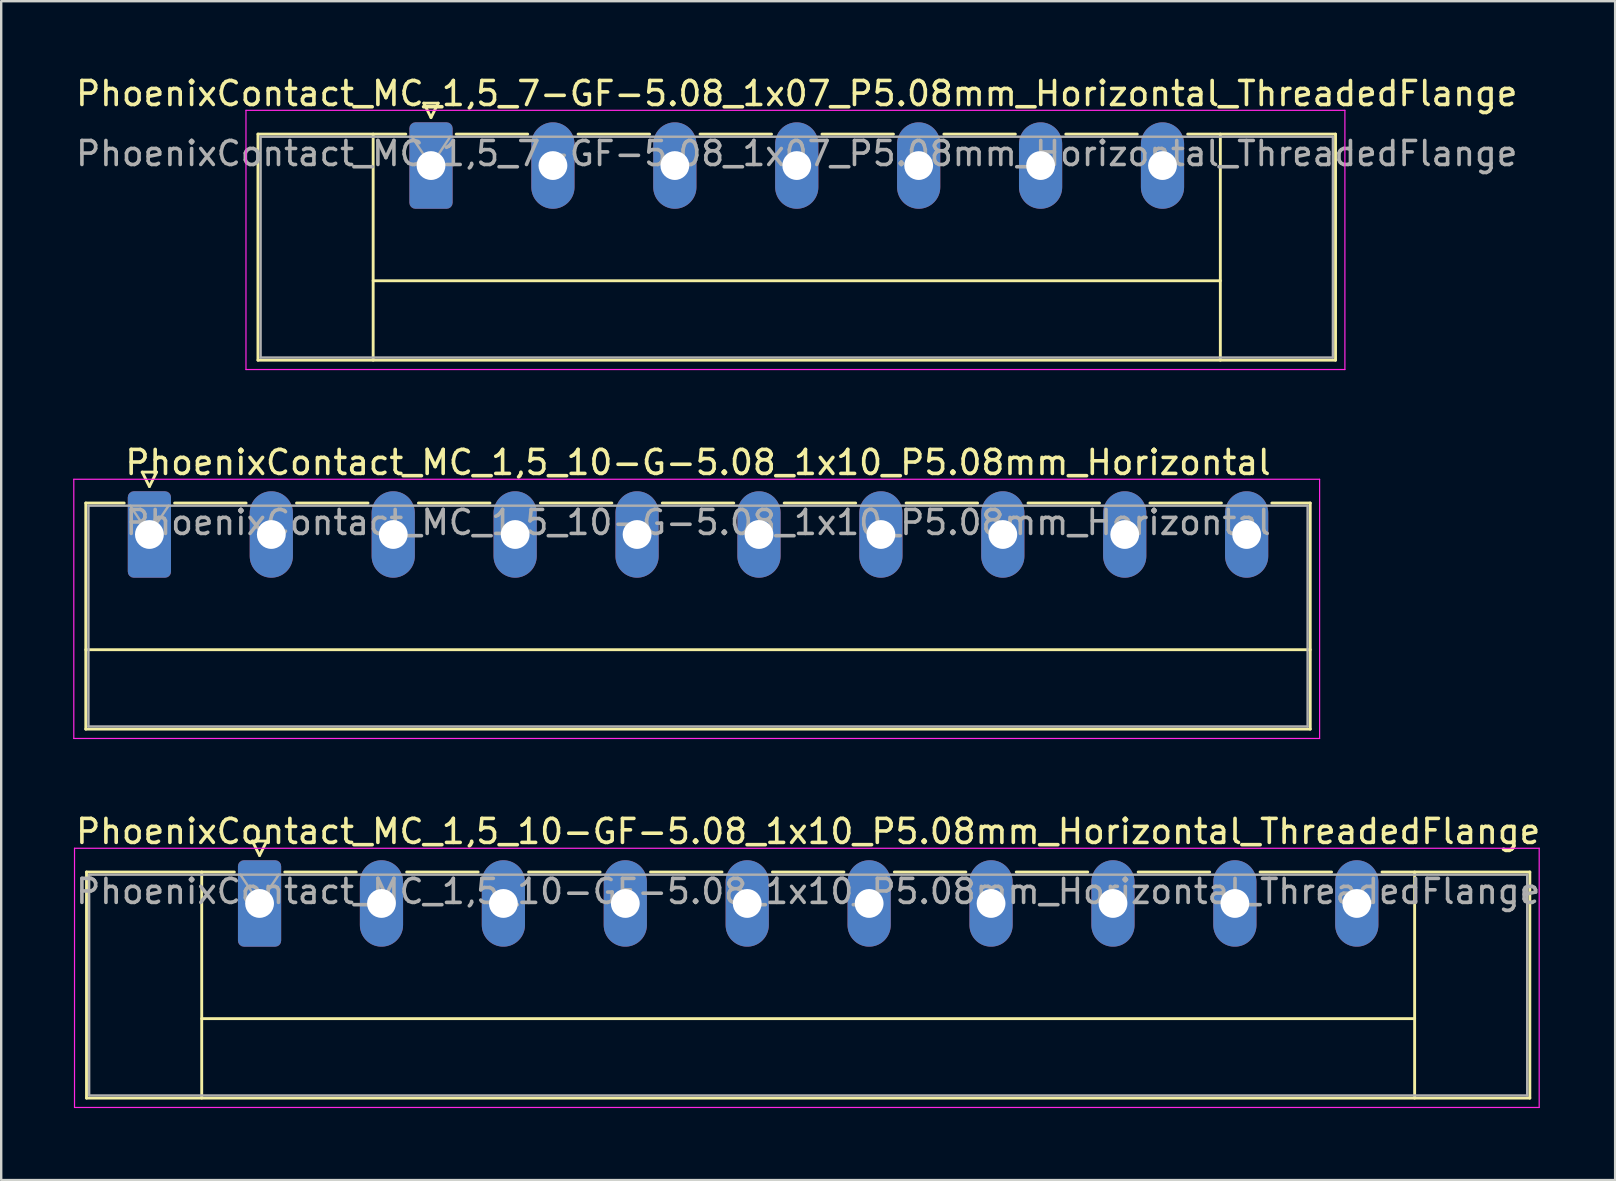
<source format=kicad_pcb>
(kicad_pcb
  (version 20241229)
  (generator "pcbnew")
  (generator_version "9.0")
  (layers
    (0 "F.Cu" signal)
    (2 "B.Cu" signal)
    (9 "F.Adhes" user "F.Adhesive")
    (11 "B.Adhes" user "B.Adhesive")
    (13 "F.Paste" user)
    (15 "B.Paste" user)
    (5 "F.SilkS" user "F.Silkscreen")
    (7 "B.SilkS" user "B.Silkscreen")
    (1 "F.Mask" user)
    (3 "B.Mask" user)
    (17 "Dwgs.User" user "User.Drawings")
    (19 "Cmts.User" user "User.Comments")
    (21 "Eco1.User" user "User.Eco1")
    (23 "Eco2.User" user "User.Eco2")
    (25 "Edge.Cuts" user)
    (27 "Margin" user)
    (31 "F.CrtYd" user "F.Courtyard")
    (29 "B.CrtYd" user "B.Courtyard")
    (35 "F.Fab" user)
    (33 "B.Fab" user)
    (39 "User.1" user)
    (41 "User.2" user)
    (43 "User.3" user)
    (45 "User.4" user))
  (footprint "PhoenixContact_MC_1,5_10-G-5.08_1x10_P5.08mm_Horizontal"
    (layer "F.Cu")
    (at 3.175 19.221)
    (property "Reference" "PhoenixContact_MC_1,5_10-G-5.08_1x10_P5.08mm_Horizontal" (at 22.86 -3 0) (layer "F.SilkS") (effects (font (size 1 1) (thickness 0.15))))
    (attr through_hole)
    (fp_line (start -2.65 -1.31) (end -2.65 8.11) (stroke (width 0.12) (type solid)) (layer "F.SilkS"))
    (fp_line (start -2.65 -1.31) (end -1.05 -1.31) (stroke (width 0.12) (type solid)) (layer "F.SilkS"))
    (fp_line (start -2.65 4.8) (end 48.37 4.8) (stroke (width 0.12) (type solid)) (layer "F.SilkS"))
    (fp_line (start -2.65 8.11) (end 48.37 8.11) (stroke (width 0.12) (type solid)) (layer "F.SilkS"))
    (fp_line (start -0.3 -2.6) (end 0.3 -2.6) (stroke (width 0.12) (type solid)) (layer "F.SilkS"))
    (fp_line (start 0 -2) (end -0.3 -2.6) (stroke (width 0.12) (type solid)) (layer "F.SilkS"))
    (fp_line (start 0.3 -2.6) (end 0 -2) (stroke (width 0.12) (type solid)) (layer "F.SilkS"))
    (fp_line (start 1.05 -1.31) (end 4.03 -1.31) (stroke (width 0.12) (type solid)) (layer "F.SilkS"))
    (fp_line (start 6.13 -1.31) (end 9.11 -1.31) (stroke (width 0.12) (type solid)) (layer "F.SilkS"))
    (fp_line (start 11.21 -1.31) (end 14.19 -1.31) (stroke (width 0.12) (type solid)) (layer "F.SilkS"))
    (fp_line (start 16.29 -1.31) (end 19.27 -1.31) (stroke (width 0.12) (type solid)) (layer "F.SilkS"))
    (fp_line (start 21.37 -1.31) (end 24.35 -1.31) (stroke (width 0.12) (type solid)) (layer "F.SilkS"))
    (fp_line (start 26.45 -1.31) (end 29.43 -1.31) (stroke (width 0.12) (type solid)) (layer "F.SilkS"))
    (fp_line (start 31.53 -1.31) (end 34.51 -1.31) (stroke (width 0.12) (type solid)) (layer "F.SilkS"))
    (fp_line (start 36.61 -1.31) (end 39.59 -1.31) (stroke (width 0.12) (type solid)) (layer "F.SilkS"))
    (fp_line (start 41.69 -1.31) (end 44.67 -1.31) (stroke (width 0.12) (type solid)) (layer "F.SilkS"))
    (fp_line (start 48.37 -1.31) (end 46.77 -1.31) (stroke (width 0.12) (type solid)) (layer "F.SilkS"))
    (fp_line (start 48.37 8.11) (end 48.37 -1.31) (stroke (width 0.12) (type solid)) (layer "F.SilkS"))
    (fp_line (start -3.15 -2.3) (end -3.15 8.5) (stroke (width 0.05) (type solid)) (layer "F.CrtYd"))
    (fp_line (start -3.15 8.5) (end 48.76 8.5) (stroke (width 0.05) (type solid)) (layer "F.CrtYd"))
    (fp_line (start 48.76 -2.3) (end -3.15 -2.3) (stroke (width 0.05) (type solid)) (layer "F.CrtYd"))
    (fp_line (start 48.76 8.5) (end 48.76 -2.3) (stroke (width 0.05) (type solid)) (layer "F.CrtYd"))
    (fp_line (start -2.54 -1.2) (end -2.54 8) (stroke (width 0.1) (type solid)) (layer "F.Fab"))
    (fp_line (start -2.54 8) (end 48.26 8) (stroke (width 0.1) (type solid)) (layer "F.Fab"))
    (fp_line (start 0 0) (end -0.8 -1.2) (stroke (width 0.1) (type solid)) (layer "F.Fab"))
    (fp_line (start 0.8 -1.2) (end 0 0) (stroke (width 0.1) (type solid)) (layer "F.Fab"))
    (fp_line (start 48.26 -1.2) (end -2.54 -1.2) (stroke (width 0.1) (type solid)) (layer "F.Fab"))
    (fp_line (start 48.26 8) (end 48.26 -1.2) (stroke (width 0.1) (type solid)) (layer "F.Fab"))
    (fp_text user "${REFERENCE}" (at 22.86 -0.5 0) (layer "F.Fab") (effects (font (size 1 1) (thickness 0.15))))
    (pad "1" thru_hole roundrect (at 0 0) (size 1.8 3.6) (drill 1.2) (layers "*.Cu" "*.Mask") (roundrect_rratio 0.139))
    (pad "2" thru_hole oval (at 5.08 0) (size 1.8 3.6) (drill 1.2) (layers "*.Cu" "*.Mask"))
    (pad "3" thru_hole oval (at 10.16 0) (size 1.8 3.6) (drill 1.2) (layers "*.Cu" "*.Mask"))
    (pad "4" thru_hole oval (at 15.24 0) (size 1.8 3.6) (drill 1.2) (layers "*.Cu" "*.Mask"))
    (pad "5" thru_hole oval (at 20.32 0) (size 1.8 3.6) (drill 1.2) (layers "*.Cu" "*.Mask"))
    (pad "6" thru_hole oval (at 25.4 0) (size 1.8 3.6) (drill 1.2) (layers "*.Cu" "*.Mask"))
    (pad "7" thru_hole oval (at 30.48 0) (size 1.8 3.6) (drill 1.2) (layers "*.Cu" "*.Mask"))
    (pad "8" thru_hole oval (at 35.56 0) (size 1.8 3.6) (drill 1.2) (layers "*.Cu" "*.Mask"))
    (pad "9" thru_hole oval (at 40.64 0) (size 1.8 3.6) (drill 1.2) (layers "*.Cu" "*.Mask"))
    (pad "10" thru_hole oval (at 45.72 0) (size 1.8 3.6) (drill 1.2) (layers "*.Cu" "*.Mask")))
  (footprint "PhoenixContact_MC_1,5_7-GF-5.08_1x07_P5.08mm_Horizontal_ThreadedFlange"
    (layer "F.Cu")
    (at 14.909 3.848)
    (property "Reference" "PhoenixContact_MC_1,5_7-GF-5.08_1x07_P5.08mm_Horizontal_ThreadedFlange" (at 15.24 -3 0) (layer "F.SilkS") (effects (font (size 1 1) (thickness 0.15))))
    (attr through_hole)
    (fp_line (start -7.21 -1.31) (end -7.21 8.11) (stroke (width 0.12) (type solid)) (layer "F.SilkS"))
    (fp_line (start -7.21 -1.31) (end -1.05 -1.31) (stroke (width 0.12) (type solid)) (layer "F.SilkS"))
    (fp_line (start -7.21 8.11) (end 37.69 8.11) (stroke (width 0.12) (type solid)) (layer "F.SilkS"))
    (fp_line (start -2.41 -1.31) (end -2.41 8.11) (stroke (width 0.12) (type solid)) (layer "F.SilkS"))
    (fp_line (start -2.41 4.8) (end 32.89 4.8) (stroke (width 0.12) (type solid)) (layer "F.SilkS"))
    (fp_line (start -0.3 -2.6) (end 0.3 -2.6) (stroke (width 0.12) (type solid)) (layer "F.SilkS"))
    (fp_line (start 0 -2) (end -0.3 -2.6) (stroke (width 0.12) (type solid)) (layer "F.SilkS"))
    (fp_line (start 0.3 -2.6) (end 0 -2) (stroke (width 0.12) (type solid)) (layer "F.SilkS"))
    (fp_line (start 1.05 -1.31) (end 4.03 -1.31) (stroke (width 0.12) (type solid)) (layer "F.SilkS"))
    (fp_line (start 6.13 -1.31) (end 9.11 -1.31) (stroke (width 0.12) (type solid)) (layer "F.SilkS"))
    (fp_line (start 11.21 -1.31) (end 14.19 -1.31) (stroke (width 0.12) (type solid)) (layer "F.SilkS"))
    (fp_line (start 16.29 -1.31) (end 19.27 -1.31) (stroke (width 0.12) (type solid)) (layer "F.SilkS"))
    (fp_line (start 21.37 -1.31) (end 24.35 -1.31) (stroke (width 0.12) (type solid)) (layer "F.SilkS"))
    (fp_line (start 26.45 -1.31) (end 29.43 -1.31) (stroke (width 0.12) (type solid)) (layer "F.SilkS"))
    (fp_line (start 32.89 -1.31) (end 32.89 8.11) (stroke (width 0.12) (type solid)) (layer "F.SilkS"))
    (fp_line (start 37.69 -1.31) (end 31.53 -1.31) (stroke (width 0.12) (type solid)) (layer "F.SilkS"))
    (fp_line (start 37.69 8.11) (end 37.69 -1.31) (stroke (width 0.12) (type solid)) (layer "F.SilkS"))
    (fp_line (start -7.71 -2.3) (end -7.71 8.5) (stroke (width 0.05) (type solid)) (layer "F.CrtYd"))
    (fp_line (start -7.71 8.5) (end 38.08 8.5) (stroke (width 0.05) (type solid)) (layer "F.CrtYd"))
    (fp_line (start 38.08 -2.3) (end -7.71 -2.3) (stroke (width 0.05) (type solid)) (layer "F.CrtYd"))
    (fp_line (start 38.08 8.5) (end 38.08 -2.3) (stroke (width 0.05) (type solid)) (layer "F.CrtYd"))
    (fp_line (start -7.1 -1.2) (end -7.1 8) (stroke (width 0.1) (type solid)) (layer "F.Fab"))
    (fp_line (start -7.1 8) (end 37.58 8) (stroke (width 0.1) (type solid)) (layer "F.Fab"))
    (fp_line (start 0 0) (end -0.8 -1.2) (stroke (width 0.1) (type solid)) (layer "F.Fab"))
    (fp_line (start 0.8 -1.2) (end 0 0) (stroke (width 0.1) (type solid)) (layer "F.Fab"))
    (fp_line (start 37.58 -1.2) (end -7.1 -1.2) (stroke (width 0.1) (type solid)) (layer "F.Fab"))
    (fp_line (start 37.58 8) (end 37.58 -1.2) (stroke (width 0.1) (type solid)) (layer "F.Fab"))
    (fp_text user "${REFERENCE}" (at 15.24 -0.5 0) (layer "F.Fab") (effects (font (size 1 1) (thickness 0.15))))
    (pad "1" thru_hole roundrect (at 0 0) (size 1.8 3.6) (drill 1.2) (layers "*.Cu" "*.Mask") (roundrect_rratio 0.139))
    (pad "2" thru_hole oval (at 5.08 0) (size 1.8 3.6) (drill 1.2) (layers "*.Cu" "*.Mask"))
    (pad "3" thru_hole oval (at 10.16 0) (size 1.8 3.6) (drill 1.2) (layers "*.Cu" "*.Mask"))
    (pad "4" thru_hole oval (at 15.24 0) (size 1.8 3.6) (drill 1.2) (layers "*.Cu" "*.Mask"))
    (pad "5" thru_hole oval (at 20.32 0) (size 1.8 3.6) (drill 1.2) (layers "*.Cu" "*.Mask"))
    (pad "6" thru_hole oval (at 25.4 0) (size 1.8 3.6) (drill 1.2) (layers "*.Cu" "*.Mask"))
    (pad "7" thru_hole oval (at 30.48 0) (size 1.8 3.6) (drill 1.2) (layers "*.Cu" "*.Mask")))
  (footprint "PhoenixContact_MC_1,5_10-GF-5.08_1x10_P5.08mm_Horizontal_ThreadedFlange"
    (layer "F.Cu")
    (at 7.765 34.595)
    (property "Reference" "PhoenixContact_MC_1,5_10-GF-5.08_1x10_P5.08mm_Horizontal_ThreadedFlange" (at 22.86 -3 0) (layer "F.SilkS") (effects (font (size 1 1) (thickness 0.15))))
    (attr through_hole)
    (fp_line (start -7.21 -1.31) (end -7.21 8.11) (stroke (width 0.12) (type solid)) (layer "F.SilkS"))
    (fp_line (start -7.21 -1.31) (end -1.05 -1.31) (stroke (width 0.12) (type solid)) (layer "F.SilkS"))
    (fp_line (start -7.21 8.11) (end 52.93 8.11) (stroke (width 0.12) (type solid)) (layer "F.SilkS"))
    (fp_line (start -2.41 -1.31) (end -2.41 8.11) (stroke (width 0.12) (type solid)) (layer "F.SilkS"))
    (fp_line (start -2.41 4.8) (end 48.13 4.8) (stroke (width 0.12) (type solid)) (layer "F.SilkS"))
    (fp_line (start -0.3 -2.6) (end 0.3 -2.6) (stroke (width 0.12) (type solid)) (layer "F.SilkS"))
    (fp_line (start 0 -2) (end -0.3 -2.6) (stroke (width 0.12) (type solid)) (layer "F.SilkS"))
    (fp_line (start 0.3 -2.6) (end 0 -2) (stroke (width 0.12) (type solid)) (layer "F.SilkS"))
    (fp_line (start 1.05 -1.31) (end 4.03 -1.31) (stroke (width 0.12) (type solid)) (layer "F.SilkS"))
    (fp_line (start 6.13 -1.31) (end 9.11 -1.31) (stroke (width 0.12) (type solid)) (layer "F.SilkS"))
    (fp_line (start 11.21 -1.31) (end 14.19 -1.31) (stroke (width 0.12) (type solid)) (layer "F.SilkS"))
    (fp_line (start 16.29 -1.31) (end 19.27 -1.31) (stroke (width 0.12) (type solid)) (layer "F.SilkS"))
    (fp_line (start 21.37 -1.31) (end 24.35 -1.31) (stroke (width 0.12) (type solid)) (layer "F.SilkS"))
    (fp_line (start 26.45 -1.31) (end 29.43 -1.31) (stroke (width 0.12) (type solid)) (layer "F.SilkS"))
    (fp_line (start 31.53 -1.31) (end 34.51 -1.31) (stroke (width 0.12) (type solid)) (layer "F.SilkS"))
    (fp_line (start 36.61 -1.31) (end 39.59 -1.31) (stroke (width 0.12) (type solid)) (layer "F.SilkS"))
    (fp_line (start 41.69 -1.31) (end 44.67 -1.31) (stroke (width 0.12) (type solid)) (layer "F.SilkS"))
    (fp_line (start 48.13 -1.31) (end 48.13 8.11) (stroke (width 0.12) (type solid)) (layer "F.SilkS"))
    (fp_line (start 52.93 -1.31) (end 46.77 -1.31) (stroke (width 0.12) (type solid)) (layer "F.SilkS"))
    (fp_line (start 52.93 8.11) (end 52.93 -1.31) (stroke (width 0.12) (type solid)) (layer "F.SilkS"))
    (fp_line (start -7.71 -2.3) (end -7.71 8.5) (stroke (width 0.05) (type solid)) (layer "F.CrtYd"))
    (fp_line (start -7.71 8.5) (end 53.32 8.5) (stroke (width 0.05) (type solid)) (layer "F.CrtYd"))
    (fp_line (start 53.32 -2.3) (end -7.71 -2.3) (stroke (width 0.05) (type solid)) (layer "F.CrtYd"))
    (fp_line (start 53.32 8.5) (end 53.32 -2.3) (stroke (width 0.05) (type solid)) (layer "F.CrtYd"))
    (fp_line (start -7.1 -1.2) (end -7.1 8) (stroke (width 0.1) (type solid)) (layer "F.Fab"))
    (fp_line (start -7.1 8) (end 52.82 8) (stroke (width 0.1) (type solid)) (layer "F.Fab"))
    (fp_line (start 0 0) (end -0.8 -1.2) (stroke (width 0.1) (type solid)) (layer "F.Fab"))
    (fp_line (start 0.8 -1.2) (end 0 0) (stroke (width 0.1) (type solid)) (layer "F.Fab"))
    (fp_line (start 52.82 -1.2) (end -7.1 -1.2) (stroke (width 0.1) (type solid)) (layer "F.Fab"))
    (fp_line (start 52.82 8) (end 52.82 -1.2) (stroke (width 0.1) (type solid)) (layer "F.Fab"))
    (fp_text user "${REFERENCE}" (at 22.86 -0.5 0) (layer "F.Fab") (effects (font (size 1 1) (thickness 0.15))))
    (pad "1" thru_hole roundrect (at 0 0) (size 1.8 3.6) (drill 1.2) (layers "*.Cu" "*.Mask") (roundrect_rratio 0.139))
    (pad "2" thru_hole oval (at 5.08 0) (size 1.8 3.6) (drill 1.2) (layers "*.Cu" "*.Mask"))
    (pad "3" thru_hole oval (at 10.16 0) (size 1.8 3.6) (drill 1.2) (layers "*.Cu" "*.Mask"))
    (pad "4" thru_hole oval (at 15.24 0) (size 1.8 3.6) (drill 1.2) (layers "*.Cu" "*.Mask"))
    (pad "5" thru_hole oval (at 20.32 0) (size 1.8 3.6) (drill 1.2) (layers "*.Cu" "*.Mask"))
    (pad "6" thru_hole oval (at 25.4 0) (size 1.8 3.6) (drill 1.2) (layers "*.Cu" "*.Mask"))
    (pad "7" thru_hole oval (at 30.48 0) (size 1.8 3.6) (drill 1.2) (layers "*.Cu" "*.Mask"))
    (pad "8" thru_hole oval (at 35.56 0) (size 1.8 3.6) (drill 1.2) (layers "*.Cu" "*.Mask"))
    (pad "9" thru_hole oval (at 40.64 0) (size 1.8 3.6) (drill 1.2) (layers "*.Cu" "*.Mask"))
    (pad "10" thru_hole oval (at 45.72 0) (size 1.8 3.6) (drill 1.2) (layers "*.Cu" "*.Mask")))
  (gr_rect
    (start -3 -3)
    (end 64.25 46.12)
    (stroke (width 0.1) (type default))
    (fill no)
    (layer "Edge.Cuts")))
</source>
